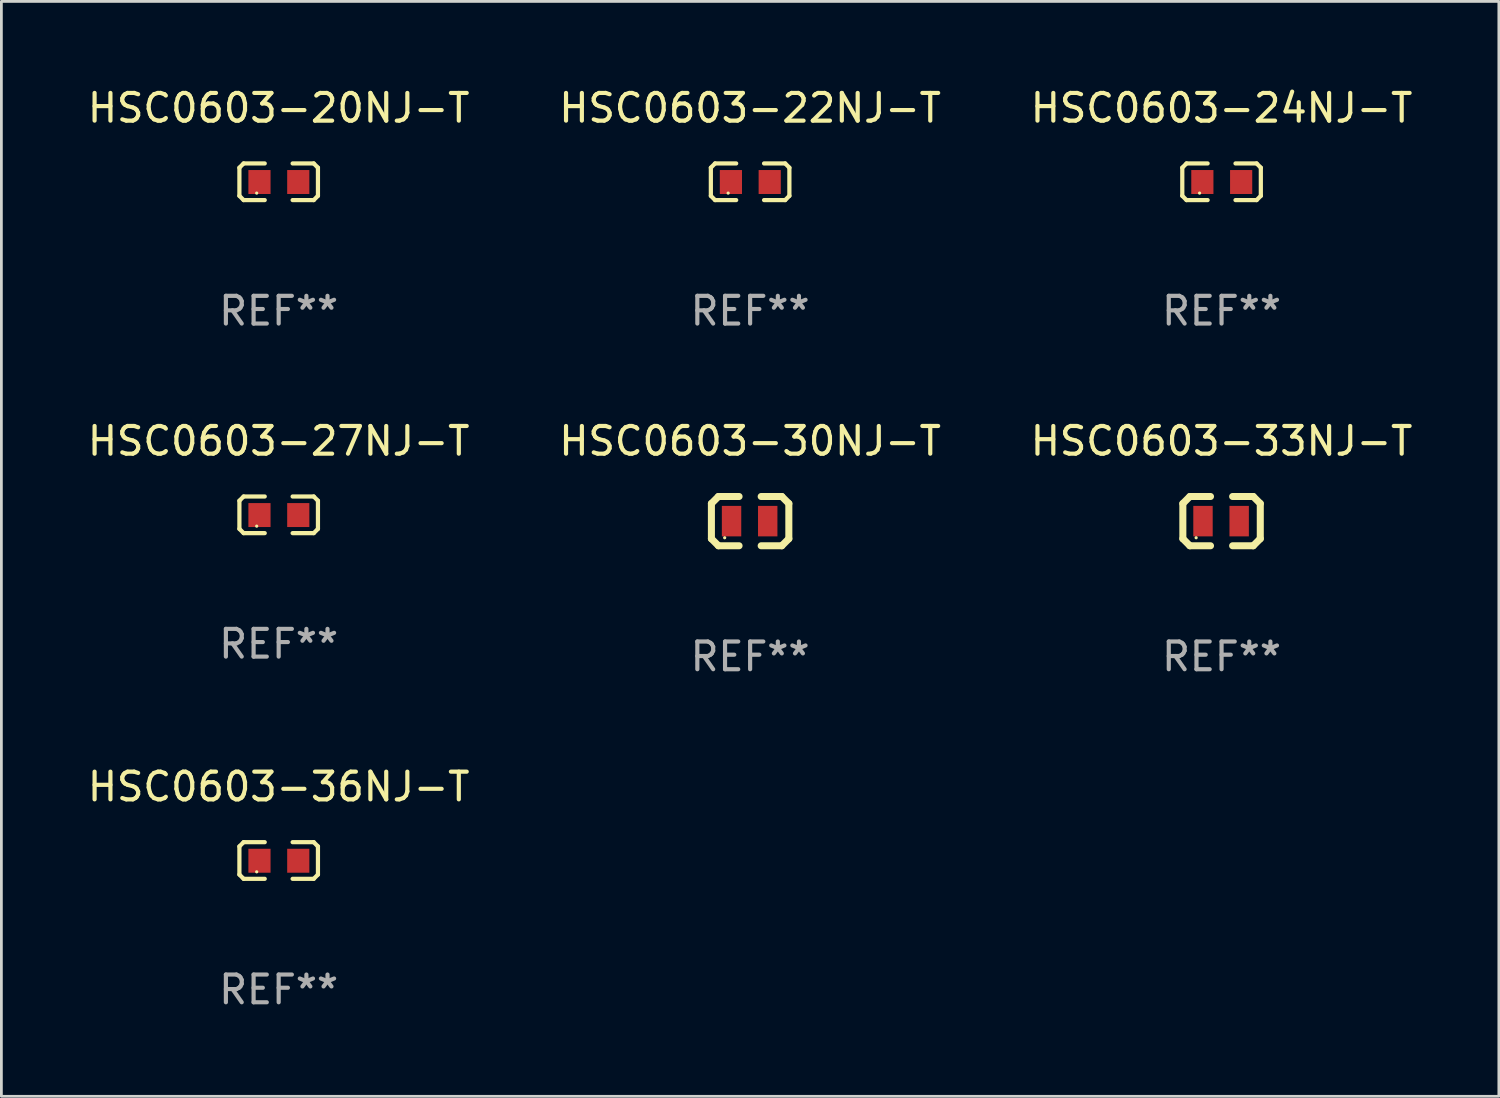
<source format=kicad_pcb>
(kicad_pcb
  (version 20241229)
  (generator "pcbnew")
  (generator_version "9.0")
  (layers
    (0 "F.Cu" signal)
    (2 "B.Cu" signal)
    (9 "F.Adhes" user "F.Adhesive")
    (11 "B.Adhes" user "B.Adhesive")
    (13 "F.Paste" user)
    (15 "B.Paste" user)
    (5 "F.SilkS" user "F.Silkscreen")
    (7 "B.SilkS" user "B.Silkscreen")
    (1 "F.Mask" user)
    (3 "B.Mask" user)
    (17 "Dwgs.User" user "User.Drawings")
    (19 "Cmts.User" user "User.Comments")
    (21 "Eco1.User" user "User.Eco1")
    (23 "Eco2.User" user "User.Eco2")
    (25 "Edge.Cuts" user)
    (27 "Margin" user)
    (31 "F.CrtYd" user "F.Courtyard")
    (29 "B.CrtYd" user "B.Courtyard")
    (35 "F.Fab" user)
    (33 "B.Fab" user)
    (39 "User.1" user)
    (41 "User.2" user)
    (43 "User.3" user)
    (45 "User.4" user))
  (footprint "HSC0603-22NJ-T"
    (layer "F.Cu")
    (at 24.018 3.509)
    (property "Reference" "HSC0603-22NJ-T" (at 0 -2.661 0) (layer "F.SilkS") (effects (font (size 1 1) (thickness 0.15))))
    (attr through_hole)
    (fp_line (start -1.417 -0.508) (end -1.265 -0.661) (stroke (width 0.152) (type solid)) (layer "F.SilkS"))
    (fp_line (start -1.417 0.508) (end -1.417 -0.508) (stroke (width 0.152) (type solid)) (layer "F.SilkS"))
    (fp_line (start -1.265 -0.661) (end -0.503 -0.661) (stroke (width 0.152) (type solid)) (layer "F.SilkS"))
    (fp_line (start -1.265 0.661) (end -1.417 0.508) (stroke (width 0.152) (type solid)) (layer "F.SilkS"))
    (fp_line (start -1.265 0.661) (end -0.503 0.661) (stroke (width 0.152) (type solid)) (layer "F.SilkS"))
    (fp_line (start 1.265 -0.661) (end 0.503 -0.661) (stroke (width 0.152) (type solid)) (layer "F.SilkS"))
    (fp_line (start 1.265 -0.661) (end 1.417 -0.508) (stroke (width 0.152) (type solid)) (layer "F.SilkS"))
    (fp_line (start 1.265 0.661) (end 0.503 0.661) (stroke (width 0.152) (type solid)) (layer "F.SilkS"))
    (fp_line (start 1.417 -0.508) (end 1.417 0.508) (stroke (width 0.152) (type solid)) (layer "F.SilkS"))
    (fp_line (start 1.417 0.508) (end 1.265 0.661) (stroke (width 0.152) (type solid)) (layer "F.SilkS"))
    (fp_circle (center -0.793 0.409) (end -0.763 0.409) (stroke (width 0.06) (type solid)) (fill no) (layer "F.SilkS"))
    (fp_text user "REF**" (at 0 4.661 0) (layer "F.Fab") (effects (font (size 1 1) (thickness 0.15))))
    (pad "1" smd rect (at -0.693 0.009 180) (size 0.8 0.864) (layers "F.Cu" "F.Mask" "F.Paste"))
    (pad "2" smd rect (at 0.707 0.009 180) (size 0.8 0.864) (layers "F.Cu" "F.Mask" "F.Paste")))
  (footprint "HSC0603-33NJ-T"
    (layer "F.Cu")
    (at 41.03 15.755)
    (property "Reference" "HSC0603-33NJ-T" (at 0 -2.889 0) (layer "F.SilkS") (effects (font (size 1 1) (thickness 0.15))))
    (attr through_hole)
    (fp_line (start -1.397 -0.635) (end -1.397 0.635) (stroke (width 0.254) (type solid)) (layer "F.SilkS"))
    (fp_line (start -1.397 0.635) (end -1.143 0.889) (stroke (width 0.254) (type solid)) (layer "F.SilkS"))
    (fp_line (start -1.143 -0.889) (end -1.397 -0.635) (stroke (width 0.254) (type solid)) (layer "F.SilkS"))
    (fp_line (start -1.143 -0.889) (end -0.399 -0.889) (stroke (width 0.254) (type solid)) (layer "F.SilkS"))
    (fp_line (start -1.143 0.889) (end -0.399 0.889) (stroke (width 0.254) (type solid)) (layer "F.SilkS"))
    (fp_line (start 1.143 -0.889) (end 0.399 -0.889) (stroke (width 0.254) (type solid)) (layer "F.SilkS"))
    (fp_line (start 1.143 0.889) (end 0.399 0.889) (stroke (width 0.254) (type solid)) (layer "F.SilkS"))
    (fp_line (start 1.143 0.889) (end 1.397 0.635) (stroke (width 0.254) (type solid)) (layer "F.SilkS"))
    (fp_line (start 1.397 -0.635) (end 1.143 -0.889) (stroke (width 0.254) (type solid)) (layer "F.SilkS"))
    (fp_line (start 1.397 0.635) (end 1.397 -0.635) (stroke (width 0.254) (type solid)) (layer "F.SilkS"))
    (fp_circle (center -0.918 0.6) (end -0.888 0.6) (stroke (width 0.06) (type solid)) (fill no) (layer "F.SilkS"))
    (fp_text user "REF**" (at 0 4.889 0) (layer "F.Fab") (effects (font (size 1 1) (thickness 0.15))))
    (pad "1" smd rect (at -0.67 0) (size 0.7 1.1) (layers "F.Cu" "F.Mask" "F.Paste"))
    (pad "2" smd rect (at 0.635 0) (size 0.7 1.1) (layers "F.Cu" "F.Mask" "F.Paste")))
  (footprint "HSC0603-36NJ-T"
    (layer "F.Cu")
    (at 7.006 28.001)
    (property "Reference" "HSC0603-36NJ-T" (at 0 -2.661 0) (layer "F.SilkS") (effects (font (size 1 1) (thickness 0.15))))
    (attr through_hole)
    (fp_line (start -1.417 -0.508) (end -1.265 -0.661) (stroke (width 0.152) (type solid)) (layer "F.SilkS"))
    (fp_line (start -1.417 0.508) (end -1.417 -0.508) (stroke (width 0.152) (type solid)) (layer "F.SilkS"))
    (fp_line (start -1.265 -0.661) (end -0.503 -0.661) (stroke (width 0.152) (type solid)) (layer "F.SilkS"))
    (fp_line (start -1.265 0.661) (end -1.417 0.508) (stroke (width 0.152) (type solid)) (layer "F.SilkS"))
    (fp_line (start -1.265 0.661) (end -0.503 0.661) (stroke (width 0.152) (type solid)) (layer "F.SilkS"))
    (fp_line (start 1.265 -0.661) (end 0.503 -0.661) (stroke (width 0.152) (type solid)) (layer "F.SilkS"))
    (fp_line (start 1.265 -0.661) (end 1.417 -0.508) (stroke (width 0.152) (type solid)) (layer "F.SilkS"))
    (fp_line (start 1.265 0.661) (end 0.503 0.661) (stroke (width 0.152) (type solid)) (layer "F.SilkS"))
    (fp_line (start 1.417 -0.508) (end 1.417 0.508) (stroke (width 0.152) (type solid)) (layer "F.SilkS"))
    (fp_line (start 1.417 0.508) (end 1.265 0.661) (stroke (width 0.152) (type solid)) (layer "F.SilkS"))
    (fp_circle (center -0.793 0.409) (end -0.763 0.409) (stroke (width 0.06) (type solid)) (fill no) (layer "F.SilkS"))
    (fp_text user "REF**" (at 0 4.661 0) (layer "F.Fab") (effects (font (size 1 1) (thickness 0.15))))
    (pad "1" smd rect (at -0.693 0.009 180) (size 0.8 0.864) (layers "F.Cu" "F.Mask" "F.Paste"))
    (pad "2" smd rect (at 0.707 0.009 180) (size 0.8 0.864) (layers "F.Cu" "F.Mask" "F.Paste")))
  (footprint "HSC0603-27NJ-T"
    (layer "F.Cu")
    (at 7.006 15.527)
    (property "Reference" "HSC0603-27NJ-T" (at 0 -2.661 0) (layer "F.SilkS") (effects (font (size 1 1) (thickness 0.15))))
    (attr through_hole)
    (fp_line (start -1.417 -0.508) (end -1.265 -0.661) (stroke (width 0.152) (type solid)) (layer "F.SilkS"))
    (fp_line (start -1.417 0.508) (end -1.417 -0.508) (stroke (width 0.152) (type solid)) (layer "F.SilkS"))
    (fp_line (start -1.265 -0.661) (end -0.503 -0.661) (stroke (width 0.152) (type solid)) (layer "F.SilkS"))
    (fp_line (start -1.265 0.661) (end -1.417 0.508) (stroke (width 0.152) (type solid)) (layer "F.SilkS"))
    (fp_line (start -1.265 0.661) (end -0.503 0.661) (stroke (width 0.152) (type solid)) (layer "F.SilkS"))
    (fp_line (start 1.265 -0.661) (end 0.503 -0.661) (stroke (width 0.152) (type solid)) (layer "F.SilkS"))
    (fp_line (start 1.265 -0.661) (end 1.417 -0.508) (stroke (width 0.152) (type solid)) (layer "F.SilkS"))
    (fp_line (start 1.265 0.661) (end 0.503 0.661) (stroke (width 0.152) (type solid)) (layer "F.SilkS"))
    (fp_line (start 1.417 -0.508) (end 1.417 0.508) (stroke (width 0.152) (type solid)) (layer "F.SilkS"))
    (fp_line (start 1.417 0.508) (end 1.265 0.661) (stroke (width 0.152) (type solid)) (layer "F.SilkS"))
    (fp_circle (center -0.793 0.409) (end -0.763 0.409) (stroke (width 0.06) (type solid)) (fill no) (layer "F.SilkS"))
    (fp_text user "REF**" (at 0 4.661 0) (layer "F.Fab") (effects (font (size 1 1) (thickness 0.15))))
    (pad "1" smd rect (at -0.693 0.009 180) (size 0.8 0.864) (layers "F.Cu" "F.Mask" "F.Paste"))
    (pad "2" smd rect (at 0.707 0.009 180) (size 0.8 0.864) (layers "F.Cu" "F.Mask" "F.Paste")))
  (footprint "HSC0603-30NJ-T"
    (layer "F.Cu")
    (at 24.018 15.755)
    (property "Reference" "HSC0603-30NJ-T" (at 0 -2.889 0) (layer "F.SilkS") (effects (font (size 1 1) (thickness 0.15))))
    (attr through_hole)
    (fp_line (start -1.397 -0.635) (end -1.397 0.635) (stroke (width 0.254) (type solid)) (layer "F.SilkS"))
    (fp_line (start -1.397 0.635) (end -1.143 0.889) (stroke (width 0.254) (type solid)) (layer "F.SilkS"))
    (fp_line (start -1.143 -0.889) (end -1.397 -0.635) (stroke (width 0.254) (type solid)) (layer "F.SilkS"))
    (fp_line (start -1.143 -0.889) (end -0.399 -0.889) (stroke (width 0.254) (type solid)) (layer "F.SilkS"))
    (fp_line (start -1.143 0.889) (end -0.399 0.889) (stroke (width 0.254) (type solid)) (layer "F.SilkS"))
    (fp_line (start 1.143 -0.889) (end 0.399 -0.889) (stroke (width 0.254) (type solid)) (layer "F.SilkS"))
    (fp_line (start 1.143 0.889) (end 0.399 0.889) (stroke (width 0.254) (type solid)) (layer "F.SilkS"))
    (fp_line (start 1.143 0.889) (end 1.397 0.635) (stroke (width 0.254) (type solid)) (layer "F.SilkS"))
    (fp_line (start 1.397 -0.635) (end 1.143 -0.889) (stroke (width 0.254) (type solid)) (layer "F.SilkS"))
    (fp_line (start 1.397 0.635) (end 1.397 -0.635) (stroke (width 0.254) (type solid)) (layer "F.SilkS"))
    (fp_circle (center -0.918 0.6) (end -0.888 0.6) (stroke (width 0.06) (type solid)) (fill no) (layer "F.SilkS"))
    (fp_text user "REF**" (at 0 4.889 0) (layer "F.Fab") (effects (font (size 1 1) (thickness 0.15))))
    (pad "1" smd rect (at -0.67 0) (size 0.7 1.1) (layers "F.Cu" "F.Mask" "F.Paste"))
    (pad "2" smd rect (at 0.635 0) (size 0.7 1.1) (layers "F.Cu" "F.Mask" "F.Paste")))
  (footprint "HSC0603-20NJ-T"
    (layer "F.Cu")
    (at 7.006 3.509)
    (property "Reference" "HSC0603-20NJ-T" (at 0 -2.661 0) (layer "F.SilkS") (effects (font (size 1 1) (thickness 0.15))))
    (attr through_hole)
    (fp_line (start -1.417 -0.508) (end -1.265 -0.661) (stroke (width 0.152) (type solid)) (layer "F.SilkS"))
    (fp_line (start -1.417 0.508) (end -1.417 -0.508) (stroke (width 0.152) (type solid)) (layer "F.SilkS"))
    (fp_line (start -1.265 -0.661) (end -0.503 -0.661) (stroke (width 0.152) (type solid)) (layer "F.SilkS"))
    (fp_line (start -1.265 0.661) (end -1.417 0.508) (stroke (width 0.152) (type solid)) (layer "F.SilkS"))
    (fp_line (start -1.265 0.661) (end -0.503 0.661) (stroke (width 0.152) (type solid)) (layer "F.SilkS"))
    (fp_line (start 1.265 -0.661) (end 0.503 -0.661) (stroke (width 0.152) (type solid)) (layer "F.SilkS"))
    (fp_line (start 1.265 -0.661) (end 1.417 -0.508) (stroke (width 0.152) (type solid)) (layer "F.SilkS"))
    (fp_line (start 1.265 0.661) (end 0.503 0.661) (stroke (width 0.152) (type solid)) (layer "F.SilkS"))
    (fp_line (start 1.417 -0.508) (end 1.417 0.508) (stroke (width 0.152) (type solid)) (layer "F.SilkS"))
    (fp_line (start 1.417 0.508) (end 1.265 0.661) (stroke (width 0.152) (type solid)) (layer "F.SilkS"))
    (fp_circle (center -0.793 0.409) (end -0.763 0.409) (stroke (width 0.06) (type solid)) (fill no) (layer "F.SilkS"))
    (fp_text user "REF**" (at 0 4.661 0) (layer "F.Fab") (effects (font (size 1 1) (thickness 0.15))))
    (pad "1" smd rect (at -0.693 0.009 180) (size 0.8 0.864) (layers "F.Cu" "F.Mask" "F.Paste"))
    (pad "2" smd rect (at 0.707 0.009 180) (size 0.8 0.864) (layers "F.Cu" "F.Mask" "F.Paste")))
  (footprint "HSC0603-24NJ-T"
    (layer "F.Cu")
    (at 41.03 3.509)
    (property "Reference" "HSC0603-24NJ-T" (at 0 -2.661 0) (layer "F.SilkS") (effects (font (size 1 1) (thickness 0.15))))
    (attr through_hole)
    (fp_line (start -1.417 -0.508) (end -1.265 -0.661) (stroke (width 0.152) (type solid)) (layer "F.SilkS"))
    (fp_line (start -1.417 0.508) (end -1.417 -0.508) (stroke (width 0.152) (type solid)) (layer "F.SilkS"))
    (fp_line (start -1.265 -0.661) (end -0.503 -0.661) (stroke (width 0.152) (type solid)) (layer "F.SilkS"))
    (fp_line (start -1.265 0.661) (end -1.417 0.508) (stroke (width 0.152) (type solid)) (layer "F.SilkS"))
    (fp_line (start -1.265 0.661) (end -0.503 0.661) (stroke (width 0.152) (type solid)) (layer "F.SilkS"))
    (fp_line (start 1.265 -0.661) (end 0.503 -0.661) (stroke (width 0.152) (type solid)) (layer "F.SilkS"))
    (fp_line (start 1.265 -0.661) (end 1.417 -0.508) (stroke (width 0.152) (type solid)) (layer "F.SilkS"))
    (fp_line (start 1.265 0.661) (end 0.503 0.661) (stroke (width 0.152) (type solid)) (layer "F.SilkS"))
    (fp_line (start 1.417 -0.508) (end 1.417 0.508) (stroke (width 0.152) (type solid)) (layer "F.SilkS"))
    (fp_line (start 1.417 0.508) (end 1.265 0.661) (stroke (width 0.152) (type solid)) (layer "F.SilkS"))
    (fp_circle (center -0.793 0.409) (end -0.763 0.409) (stroke (width 0.06) (type solid)) (fill no) (layer "F.SilkS"))
    (fp_text user "REF**" (at 0 4.661 0) (layer "F.Fab") (effects (font (size 1 1) (thickness 0.15))))
    (pad "1" smd rect (at -0.693 0.009 180) (size 0.8 0.864) (layers "F.Cu" "F.Mask" "F.Paste"))
    (pad "2" smd rect (at 0.707 0.009 180) (size 0.8 0.864) (layers "F.Cu" "F.Mask" "F.Paste")))
  (gr_rect
    (start -3 -3)
    (end 51.036 36.51)
    (stroke (width 0.1) (type default))
    (fill no)
    (layer "Edge.Cuts")))
</source>
